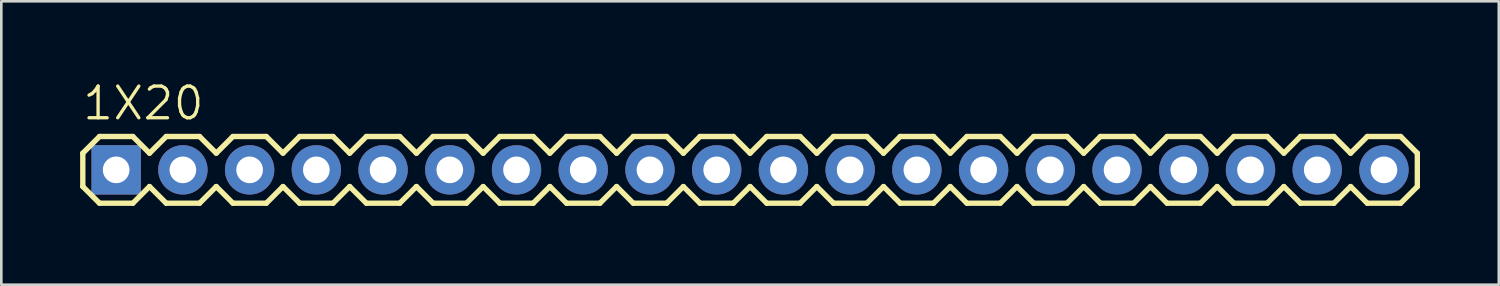
<source format=kicad_pcb>
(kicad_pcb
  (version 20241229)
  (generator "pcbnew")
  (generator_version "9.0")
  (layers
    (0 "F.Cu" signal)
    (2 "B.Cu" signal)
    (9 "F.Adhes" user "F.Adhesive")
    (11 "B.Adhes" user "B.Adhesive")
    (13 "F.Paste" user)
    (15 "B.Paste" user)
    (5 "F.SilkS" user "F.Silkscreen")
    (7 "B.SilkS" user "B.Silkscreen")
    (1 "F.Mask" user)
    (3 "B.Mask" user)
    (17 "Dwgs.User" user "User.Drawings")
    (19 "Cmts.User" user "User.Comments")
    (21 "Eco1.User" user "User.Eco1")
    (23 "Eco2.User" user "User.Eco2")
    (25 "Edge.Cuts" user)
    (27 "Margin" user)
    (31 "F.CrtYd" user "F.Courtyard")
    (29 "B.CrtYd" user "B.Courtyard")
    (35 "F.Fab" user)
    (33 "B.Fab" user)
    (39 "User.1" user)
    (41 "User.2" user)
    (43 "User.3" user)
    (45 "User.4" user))
  (footprint "1X20"
    (layer "F.Cu")
    (at 1.372 3.416)
    (property "Reference" "1X20" (at -1.346 -1.829 0) (layer "F.SilkS") (effects (font (size 1.206 1.206) (thickness 0.127)) (justify left bottom)))
    (attr through_hole)
    (fp_line (start -1.27 -0.635) (end -1.27 0.635) (stroke (width 0.203) (type solid)) (layer "F.SilkS"))
    (fp_line (start -1.27 0.635) (end -0.635 1.27) (stroke (width 0.203) (type solid)) (layer "F.SilkS"))
    (fp_line (start -0.635 -1.27) (end -1.27 -0.635) (stroke (width 0.203) (type solid)) (layer "F.SilkS"))
    (fp_line (start -0.635 -1.27) (end 0.635 -1.27) (stroke (width 0.203) (type solid)) (layer "F.SilkS"))
    (fp_line (start 0.635 -1.27) (end 1.27 -0.635) (stroke (width 0.203) (type solid)) (layer "F.SilkS"))
    (fp_line (start 0.635 1.27) (end -0.635 1.27) (stroke (width 0.203) (type solid)) (layer "F.SilkS"))
    (fp_line (start 1.27 -0.635) (end 1.905 -1.27) (stroke (width 0.203) (type solid)) (layer "F.SilkS"))
    (fp_line (start 1.27 0.635) (end 0.635 1.27) (stroke (width 0.203) (type solid)) (layer "F.SilkS"))
    (fp_line (start 1.905 -1.27) (end 3.175 -1.27) (stroke (width 0.203) (type solid)) (layer "F.SilkS"))
    (fp_line (start 1.905 1.27) (end 1.27 0.635) (stroke (width 0.203) (type solid)) (layer "F.SilkS"))
    (fp_line (start 3.175 -1.27) (end 3.81 -0.635) (stroke (width 0.203) (type solid)) (layer "F.SilkS"))
    (fp_line (start 3.175 1.27) (end 1.905 1.27) (stroke (width 0.203) (type solid)) (layer "F.SilkS"))
    (fp_line (start 3.81 -0.635) (end 4.445 -1.27) (stroke (width 0.203) (type solid)) (layer "F.SilkS"))
    (fp_line (start 3.81 0.635) (end 3.175 1.27) (stroke (width 0.203) (type solid)) (layer "F.SilkS"))
    (fp_line (start 4.445 -1.27) (end 5.715 -1.27) (stroke (width 0.203) (type solid)) (layer "F.SilkS"))
    (fp_line (start 4.445 1.27) (end 3.81 0.635) (stroke (width 0.203) (type solid)) (layer "F.SilkS"))
    (fp_line (start 5.715 -1.27) (end 6.35 -0.635) (stroke (width 0.203) (type solid)) (layer "F.SilkS"))
    (fp_line (start 5.715 1.27) (end 4.445 1.27) (stroke (width 0.203) (type solid)) (layer "F.SilkS"))
    (fp_line (start 6.35 0.635) (end 5.715 1.27) (stroke (width 0.203) (type solid)) (layer "F.SilkS"))
    (fp_line (start 6.35 0.635) (end 6.985 1.27) (stroke (width 0.203) (type solid)) (layer "F.SilkS"))
    (fp_line (start 6.985 -1.27) (end 6.35 -0.635) (stroke (width 0.203) (type solid)) (layer "F.SilkS"))
    (fp_line (start 6.985 -1.27) (end 8.255 -1.27) (stroke (width 0.203) (type solid)) (layer "F.SilkS"))
    (fp_line (start 8.255 -1.27) (end 8.89 -0.635) (stroke (width 0.203) (type solid)) (layer "F.SilkS"))
    (fp_line (start 8.255 1.27) (end 6.985 1.27) (stroke (width 0.203) (type solid)) (layer "F.SilkS"))
    (fp_line (start 8.89 -0.635) (end 9.525 -1.27) (stroke (width 0.203) (type solid)) (layer "F.SilkS"))
    (fp_line (start 8.89 0.635) (end 8.255 1.27) (stroke (width 0.203) (type solid)) (layer "F.SilkS"))
    (fp_line (start 9.525 -1.27) (end 10.795 -1.27) (stroke (width 0.203) (type solid)) (layer "F.SilkS"))
    (fp_line (start 9.525 1.27) (end 8.89 0.635) (stroke (width 0.203) (type solid)) (layer "F.SilkS"))
    (fp_line (start 10.795 -1.27) (end 11.43 -0.635) (stroke (width 0.203) (type solid)) (layer "F.SilkS"))
    (fp_line (start 10.795 1.27) (end 9.525 1.27) (stroke (width 0.203) (type solid)) (layer "F.SilkS"))
    (fp_line (start 11.43 -0.635) (end 12.065 -1.27) (stroke (width 0.203) (type solid)) (layer "F.SilkS"))
    (fp_line (start 11.43 0.635) (end 10.795 1.27) (stroke (width 0.203) (type solid)) (layer "F.SilkS"))
    (fp_line (start 12.065 -1.27) (end 13.335 -1.27) (stroke (width 0.203) (type solid)) (layer "F.SilkS"))
    (fp_line (start 12.065 1.27) (end 11.43 0.635) (stroke (width 0.203) (type solid)) (layer "F.SilkS"))
    (fp_line (start 13.335 -1.27) (end 13.97 -0.635) (stroke (width 0.203) (type solid)) (layer "F.SilkS"))
    (fp_line (start 13.335 1.27) (end 12.065 1.27) (stroke (width 0.203) (type solid)) (layer "F.SilkS"))
    (fp_line (start 13.97 0.635) (end 13.335 1.27) (stroke (width 0.203) (type solid)) (layer "F.SilkS"))
    (fp_line (start 13.97 0.635) (end 14.605 1.27) (stroke (width 0.203) (type solid)) (layer "F.SilkS"))
    (fp_line (start 14.605 -1.27) (end 13.97 -0.635) (stroke (width 0.203) (type solid)) (layer "F.SilkS"))
    (fp_line (start 14.605 -1.27) (end 15.875 -1.27) (stroke (width 0.203) (type solid)) (layer "F.SilkS"))
    (fp_line (start 15.875 -1.27) (end 16.51 -0.635) (stroke (width 0.203) (type solid)) (layer "F.SilkS"))
    (fp_line (start 15.875 1.27) (end 14.605 1.27) (stroke (width 0.203) (type solid)) (layer "F.SilkS"))
    (fp_line (start 16.51 0.635) (end 15.875 1.27) (stroke (width 0.203) (type solid)) (layer "F.SilkS"))
    (fp_line (start 16.51 0.635) (end 17.145 1.27) (stroke (width 0.203) (type solid)) (layer "F.SilkS"))
    (fp_line (start 17.145 -1.27) (end 16.51 -0.635) (stroke (width 0.203) (type solid)) (layer "F.SilkS"))
    (fp_line (start 17.145 -1.27) (end 18.415 -1.27) (stroke (width 0.203) (type solid)) (layer "F.SilkS"))
    (fp_line (start 18.415 -1.27) (end 19.05 -0.635) (stroke (width 0.203) (type solid)) (layer "F.SilkS"))
    (fp_line (start 18.415 1.27) (end 17.145 1.27) (stroke (width 0.203) (type solid)) (layer "F.SilkS"))
    (fp_line (start 19.05 -0.635) (end 19.685 -1.27) (stroke (width 0.203) (type solid)) (layer "F.SilkS"))
    (fp_line (start 19.05 0.635) (end 18.415 1.27) (stroke (width 0.203) (type solid)) (layer "F.SilkS"))
    (fp_line (start 19.685 -1.27) (end 20.955 -1.27) (stroke (width 0.203) (type solid)) (layer "F.SilkS"))
    (fp_line (start 19.685 1.27) (end 19.05 0.635) (stroke (width 0.203) (type solid)) (layer "F.SilkS"))
    (fp_line (start 20.955 -1.27) (end 21.59 -0.635) (stroke (width 0.203) (type solid)) (layer "F.SilkS"))
    (fp_line (start 20.955 1.27) (end 19.685 1.27) (stroke (width 0.203) (type solid)) (layer "F.SilkS"))
    (fp_line (start 21.59 -0.635) (end 22.225 -1.27) (stroke (width 0.203) (type solid)) (layer "F.SilkS"))
    (fp_line (start 21.59 0.635) (end 20.955 1.27) (stroke (width 0.203) (type solid)) (layer "F.SilkS"))
    (fp_line (start 22.225 -1.27) (end 23.495 -1.27) (stroke (width 0.203) (type solid)) (layer "F.SilkS"))
    (fp_line (start 22.225 1.27) (end 21.59 0.635) (stroke (width 0.203) (type solid)) (layer "F.SilkS"))
    (fp_line (start 23.495 -1.27) (end 24.13 -0.635) (stroke (width 0.203) (type solid)) (layer "F.SilkS"))
    (fp_line (start 23.495 1.27) (end 22.225 1.27) (stroke (width 0.203) (type solid)) (layer "F.SilkS"))
    (fp_line (start 24.13 0.635) (end 23.495 1.27) (stroke (width 0.203) (type solid)) (layer "F.SilkS"))
    (fp_line (start 24.13 0.635) (end 24.765 1.27) (stroke (width 0.203) (type solid)) (layer "F.SilkS"))
    (fp_line (start 24.765 -1.27) (end 24.13 -0.635) (stroke (width 0.203) (type solid)) (layer "F.SilkS"))
    (fp_line (start 24.765 -1.27) (end 26.035 -1.27) (stroke (width 0.203) (type solid)) (layer "F.SilkS"))
    (fp_line (start 26.035 -1.27) (end 26.67 -0.635) (stroke (width 0.203) (type solid)) (layer "F.SilkS"))
    (fp_line (start 26.035 1.27) (end 24.765 1.27) (stroke (width 0.203) (type solid)) (layer "F.SilkS"))
    (fp_line (start 26.67 -0.635) (end 27.305 -1.27) (stroke (width 0.203) (type solid)) (layer "F.SilkS"))
    (fp_line (start 26.67 0.635) (end 26.035 1.27) (stroke (width 0.203) (type solid)) (layer "F.SilkS"))
    (fp_line (start 27.305 -1.27) (end 28.575 -1.27) (stroke (width 0.203) (type solid)) (layer "F.SilkS"))
    (fp_line (start 27.305 1.27) (end 26.67 0.635) (stroke (width 0.203) (type solid)) (layer "F.SilkS"))
    (fp_line (start 28.575 -1.27) (end 29.21 -0.635) (stroke (width 0.203) (type solid)) (layer "F.SilkS"))
    (fp_line (start 28.575 1.27) (end 27.305 1.27) (stroke (width 0.203) (type solid)) (layer "F.SilkS"))
    (fp_line (start 29.21 -0.635) (end 29.845 -1.27) (stroke (width 0.203) (type solid)) (layer "F.SilkS"))
    (fp_line (start 29.21 0.635) (end 28.575 1.27) (stroke (width 0.203) (type solid)) (layer "F.SilkS"))
    (fp_line (start 29.845 -1.27) (end 31.115 -1.27) (stroke (width 0.203) (type solid)) (layer "F.SilkS"))
    (fp_line (start 29.845 1.27) (end 29.21 0.635) (stroke (width 0.203) (type solid)) (layer "F.SilkS"))
    (fp_line (start 31.115 -1.27) (end 31.75 -0.635) (stroke (width 0.203) (type solid)) (layer "F.SilkS"))
    (fp_line (start 31.115 1.27) (end 29.845 1.27) (stroke (width 0.203) (type solid)) (layer "F.SilkS"))
    (fp_line (start 31.75 0.635) (end 31.115 1.27) (stroke (width 0.203) (type solid)) (layer "F.SilkS"))
    (fp_line (start 31.75 0.635) (end 32.385 1.27) (stroke (width 0.203) (type solid)) (layer "F.SilkS"))
    (fp_line (start 32.385 -1.27) (end 31.75 -0.635) (stroke (width 0.203) (type solid)) (layer "F.SilkS"))
    (fp_line (start 32.385 -1.27) (end 33.655 -1.27) (stroke (width 0.203) (type solid)) (layer "F.SilkS"))
    (fp_line (start 33.655 -1.27) (end 34.29 -0.635) (stroke (width 0.203) (type solid)) (layer "F.SilkS"))
    (fp_line (start 33.655 1.27) (end 32.385 1.27) (stroke (width 0.203) (type solid)) (layer "F.SilkS"))
    (fp_line (start 34.29 0.635) (end 33.655 1.27) (stroke (width 0.203) (type solid)) (layer "F.SilkS"))
    (fp_line (start 34.29 0.635) (end 34.925 1.27) (stroke (width 0.203) (type solid)) (layer "F.SilkS"))
    (fp_line (start 34.925 -1.27) (end 34.29 -0.635) (stroke (width 0.203) (type solid)) (layer "F.SilkS"))
    (fp_line (start 34.925 -1.27) (end 36.195 -1.27) (stroke (width 0.203) (type solid)) (layer "F.SilkS"))
    (fp_line (start 36.195 -1.27) (end 36.83 -0.635) (stroke (width 0.203) (type solid)) (layer "F.SilkS"))
    (fp_line (start 36.195 1.27) (end 34.925 1.27) (stroke (width 0.203) (type solid)) (layer "F.SilkS"))
    (fp_line (start 36.83 0.635) (end 36.195 1.27) (stroke (width 0.203) (type solid)) (layer "F.SilkS"))
    (fp_line (start 36.83 0.635) (end 37.465 1.27) (stroke (width 0.203) (type solid)) (layer "F.SilkS"))
    (fp_line (start 37.465 -1.27) (end 36.83 -0.635) (stroke (width 0.203) (type solid)) (layer "F.SilkS"))
    (fp_line (start 37.465 -1.27) (end 38.735 -1.27) (stroke (width 0.203) (type solid)) (layer "F.SilkS"))
    (fp_line (start 38.735 -1.27) (end 39.37 -0.635) (stroke (width 0.203) (type solid)) (layer "F.SilkS"))
    (fp_line (start 38.735 1.27) (end 37.465 1.27) (stroke (width 0.203) (type solid)) (layer "F.SilkS"))
    (fp_line (start 39.37 0.635) (end 38.735 1.27) (stroke (width 0.203) (type solid)) (layer "F.SilkS"))
    (fp_line (start 39.37 0.635) (end 40.005 1.27) (stroke (width 0.203) (type solid)) (layer "F.SilkS"))
    (fp_line (start 40.005 -1.27) (end 39.37 -0.635) (stroke (width 0.203) (type solid)) (layer "F.SilkS"))
    (fp_line (start 40.005 -1.27) (end 41.275 -1.27) (stroke (width 0.203) (type solid)) (layer "F.SilkS"))
    (fp_line (start 41.275 -1.27) (end 41.91 -0.635) (stroke (width 0.203) (type solid)) (layer "F.SilkS"))
    (fp_line (start 41.275 1.27) (end 40.005 1.27) (stroke (width 0.203) (type solid)) (layer "F.SilkS"))
    (fp_line (start 41.91 0.635) (end 41.275 1.27) (stroke (width 0.203) (type solid)) (layer "F.SilkS"))
    (fp_line (start 41.91 0.635) (end 42.545 1.27) (stroke (width 0.203) (type solid)) (layer "F.SilkS"))
    (fp_line (start 42.545 -1.27) (end 41.91 -0.635) (stroke (width 0.203) (type solid)) (layer "F.SilkS"))
    (fp_line (start 42.545 -1.27) (end 43.815 -1.27) (stroke (width 0.203) (type solid)) (layer "F.SilkS"))
    (fp_line (start 43.815 -1.27) (end 44.45 -0.635) (stroke (width 0.203) (type solid)) (layer "F.SilkS"))
    (fp_line (start 43.815 1.27) (end 42.545 1.27) (stroke (width 0.203) (type solid)) (layer "F.SilkS"))
    (fp_line (start 44.45 0.635) (end 43.815 1.27) (stroke (width 0.203) (type solid)) (layer "F.SilkS"))
    (fp_line (start 44.45 0.635) (end 45.085 1.27) (stroke (width 0.203) (type solid)) (layer "F.SilkS"))
    (fp_line (start 45.085 -1.27) (end 44.45 -0.635) (stroke (width 0.203) (type solid)) (layer "F.SilkS"))
    (fp_line (start 45.085 -1.27) (end 46.355 -1.27) (stroke (width 0.203) (type solid)) (layer "F.SilkS"))
    (fp_line (start 46.355 -1.27) (end 46.99 -0.635) (stroke (width 0.203) (type solid)) (layer "F.SilkS"))
    (fp_line (start 46.355 1.27) (end 45.085 1.27) (stroke (width 0.203) (type solid)) (layer "F.SilkS"))
    (fp_line (start 46.99 0.635) (end 46.355 1.27) (stroke (width 0.203) (type solid)) (layer "F.SilkS"))
    (fp_line (start 46.99 0.635) (end 47.625 1.27) (stroke (width 0.203) (type solid)) (layer "F.SilkS"))
    (fp_line (start 47.625 -1.27) (end 46.99 -0.635) (stroke (width 0.203) (type solid)) (layer "F.SilkS"))
    (fp_line (start 47.625 -1.27) (end 48.895 -1.27) (stroke (width 0.203) (type solid)) (layer "F.SilkS"))
    (fp_line (start 48.895 -1.27) (end 49.53 -0.635) (stroke (width 0.203) (type solid)) (layer "F.SilkS"))
    (fp_line (start 48.895 1.27) (end 47.625 1.27) (stroke (width 0.203) (type solid)) (layer "F.SilkS"))
    (fp_line (start 49.53 -0.635) (end 49.53 0.635) (stroke (width 0.203) (type solid)) (layer "F.SilkS"))
    (fp_line (start 49.53 0.635) (end 48.895 1.27) (stroke (width 0.203) (type solid)) (layer "F.SilkS"))
    (fp_poly (pts (xy -0.254 0.254) (xy 0.254 0.254) (xy 0.254 -0.254) (xy -0.254 -0.254)) (stroke (width 0.1) (type solid)) (fill no) (layer "F.Fab"))
    (fp_poly (pts (xy 2.286 0.254) (xy 2.794 0.254) (xy 2.794 -0.254) (xy 2.286 -0.254)) (stroke (width 0.1) (type solid)) (fill no) (layer "F.Fab"))
    (fp_poly (pts (xy 4.826 0.254) (xy 5.334 0.254) (xy 5.334 -0.254) (xy 4.826 -0.254)) (stroke (width 0.1) (type solid)) (fill no) (layer "F.Fab"))
    (fp_poly (pts (xy 7.366 0.254) (xy 7.874 0.254) (xy 7.874 -0.254) (xy 7.366 -0.254)) (stroke (width 0.1) (type solid)) (fill no) (layer "F.Fab"))
    (fp_poly (pts (xy 9.906 0.254) (xy 10.414 0.254) (xy 10.414 -0.254) (xy 9.906 -0.254)) (stroke (width 0.1) (type solid)) (fill no) (layer "F.Fab"))
    (fp_poly (pts (xy 12.446 0.254) (xy 12.954 0.254) (xy 12.954 -0.254) (xy 12.446 -0.254)) (stroke (width 0.1) (type solid)) (fill no) (layer "F.Fab"))
    (fp_poly (pts (xy 14.986 0.254) (xy 15.494 0.254) (xy 15.494 -0.254) (xy 14.986 -0.254)) (stroke (width 0.1) (type solid)) (fill no) (layer "F.Fab"))
    (fp_poly (pts (xy 17.526 0.254) (xy 18.034 0.254) (xy 18.034 -0.254) (xy 17.526 -0.254)) (stroke (width 0.1) (type solid)) (fill no) (layer "F.Fab"))
    (fp_poly (pts (xy 20.066 0.254) (xy 20.574 0.254) (xy 20.574 -0.254) (xy 20.066 -0.254)) (stroke (width 0.1) (type solid)) (fill no) (layer "F.Fab"))
    (fp_poly (pts (xy 22.606 0.254) (xy 23.114 0.254) (xy 23.114 -0.254) (xy 22.606 -0.254)) (stroke (width 0.1) (type solid)) (fill no) (layer "F.Fab"))
    (fp_poly (pts (xy 25.146 0.254) (xy 25.654 0.254) (xy 25.654 -0.254) (xy 25.146 -0.254)) (stroke (width 0.1) (type solid)) (fill no) (layer "F.Fab"))
    (fp_poly (pts (xy 27.686 0.254) (xy 28.194 0.254) (xy 28.194 -0.254) (xy 27.686 -0.254)) (stroke (width 0.1) (type solid)) (fill no) (layer "F.Fab"))
    (fp_poly (pts (xy 30.226 0.254) (xy 30.734 0.254) (xy 30.734 -0.254) (xy 30.226 -0.254)) (stroke (width 0.1) (type solid)) (fill no) (layer "F.Fab"))
    (fp_poly (pts (xy 32.766 0.254) (xy 33.274 0.254) (xy 33.274 -0.254) (xy 32.766 -0.254)) (stroke (width 0.1) (type solid)) (fill no) (layer "F.Fab"))
    (fp_poly (pts (xy 35.306 0.254) (xy 35.814 0.254) (xy 35.814 -0.254) (xy 35.306 -0.254)) (stroke (width 0.1) (type solid)) (fill no) (layer "F.Fab"))
    (fp_poly (pts (xy 37.846 0.254) (xy 38.354 0.254) (xy 38.354 -0.254) (xy 37.846 -0.254)) (stroke (width 0.1) (type solid)) (fill no) (layer "F.Fab"))
    (fp_poly (pts (xy 40.386 0.254) (xy 40.894 0.254) (xy 40.894 -0.254) (xy 40.386 -0.254)) (stroke (width 0.1) (type solid)) (fill no) (layer "F.Fab"))
    (fp_poly (pts (xy 42.926 0.254) (xy 43.434 0.254) (xy 43.434 -0.254) (xy 42.926 -0.254)) (stroke (width 0.1) (type solid)) (fill no) (layer "F.Fab"))
    (fp_poly (pts (xy 45.466 0.254) (xy 45.974 0.254) (xy 45.974 -0.254) (xy 45.466 -0.254)) (stroke (width 0.1) (type solid)) (fill no) (layer "F.Fab"))
    (fp_poly (pts (xy 48.006 0.254) (xy 48.514 0.254) (xy 48.514 -0.254) (xy 48.006 -0.254)) (stroke (width 0.1) (type solid)) (fill no) (layer "F.Fab"))
    (pad "1" thru_hole rect (at 0 0 90) (size 1.88 1.88) (drill 1.016) (layers "*.Cu" "*.Mask"))
    (pad "2" thru_hole circle (at 2.54 0 90) (size 1.88 1.88) (drill 1.016) (layers "*.Cu" "*.Mask"))
    (pad "3" thru_hole circle (at 5.08 0 90) (size 1.88 1.88) (drill 1.016) (layers "*.Cu" "*.Mask"))
    (pad "4" thru_hole circle (at 7.62 0 90) (size 1.88 1.88) (drill 1.016) (layers "*.Cu" "*.Mask"))
    (pad "5" thru_hole circle (at 10.16 0 90) (size 1.88 1.88) (drill 1.016) (layers "*.Cu" "*.Mask"))
    (pad "6" thru_hole circle (at 12.7 0 90) (size 1.88 1.88) (drill 1.016) (layers "*.Cu" "*.Mask"))
    (pad "7" thru_hole circle (at 15.24 0 90) (size 1.88 1.88) (drill 1.016) (layers "*.Cu" "*.Mask"))
    (pad "8" thru_hole circle (at 17.78 0 90) (size 1.88 1.88) (drill 1.016) (layers "*.Cu" "*.Mask"))
    (pad "9" thru_hole circle (at 20.32 0 90) (size 1.88 1.88) (drill 1.016) (layers "*.Cu" "*.Mask"))
    (pad "10" thru_hole circle (at 22.86 0 90) (size 1.88 1.88) (drill 1.016) (layers "*.Cu" "*.Mask"))
    (pad "11" thru_hole circle (at 25.4 0 90) (size 1.88 1.88) (drill 1.016) (layers "*.Cu" "*.Mask"))
    (pad "12" thru_hole circle (at 27.94 0 90) (size 1.88 1.88) (drill 1.016) (layers "*.Cu" "*.Mask"))
    (pad "13" thru_hole circle (at 30.48 0 90) (size 1.88 1.88) (drill 1.016) (layers "*.Cu" "*.Mask"))
    (pad "14" thru_hole circle (at 33.02 0 90) (size 1.88 1.88) (drill 1.016) (layers "*.Cu" "*.Mask"))
    (pad "15" thru_hole circle (at 35.56 0 90) (size 1.88 1.88) (drill 1.016) (layers "*.Cu" "*.Mask"))
    (pad "16" thru_hole circle (at 38.1 0 90) (size 1.88 1.88) (drill 1.016) (layers "*.Cu" "*.Mask"))
    (pad "17" thru_hole circle (at 40.64 0 90) (size 1.88 1.88) (drill 1.016) (layers "*.Cu" "*.Mask"))
    (pad "18" thru_hole circle (at 43.18 0 90) (size 1.88 1.88) (drill 1.016) (layers "*.Cu" "*.Mask"))
    (pad "19" thru_hole circle (at 45.72 0 90) (size 1.88 1.88) (drill 1.016) (layers "*.Cu" "*.Mask"))
    (pad "20" thru_hole circle (at 48.26 0 90) (size 1.88 1.88) (drill 1.016) (layers "*.Cu" "*.Mask")))
  (gr_rect
    (start -3 -3)
    (end 54.003 7.788)
    (stroke (width 0.1) (type default))
    (fill no)
    (layer "Edge.Cuts")))
</source>
